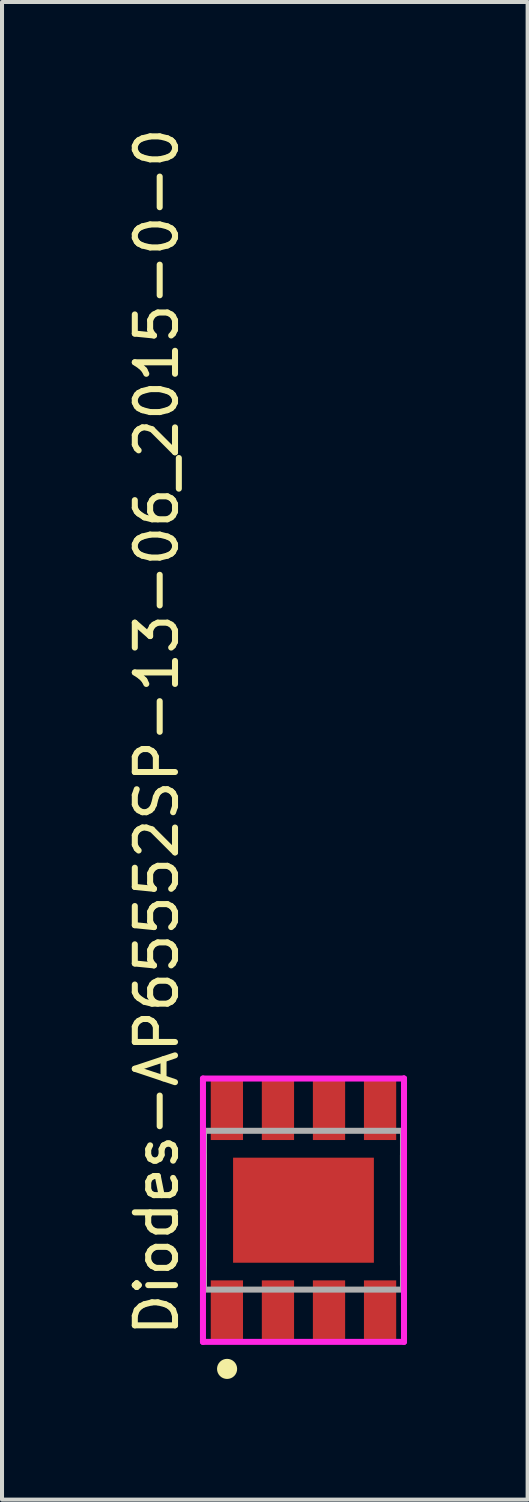
<source format=kicad_pcb>
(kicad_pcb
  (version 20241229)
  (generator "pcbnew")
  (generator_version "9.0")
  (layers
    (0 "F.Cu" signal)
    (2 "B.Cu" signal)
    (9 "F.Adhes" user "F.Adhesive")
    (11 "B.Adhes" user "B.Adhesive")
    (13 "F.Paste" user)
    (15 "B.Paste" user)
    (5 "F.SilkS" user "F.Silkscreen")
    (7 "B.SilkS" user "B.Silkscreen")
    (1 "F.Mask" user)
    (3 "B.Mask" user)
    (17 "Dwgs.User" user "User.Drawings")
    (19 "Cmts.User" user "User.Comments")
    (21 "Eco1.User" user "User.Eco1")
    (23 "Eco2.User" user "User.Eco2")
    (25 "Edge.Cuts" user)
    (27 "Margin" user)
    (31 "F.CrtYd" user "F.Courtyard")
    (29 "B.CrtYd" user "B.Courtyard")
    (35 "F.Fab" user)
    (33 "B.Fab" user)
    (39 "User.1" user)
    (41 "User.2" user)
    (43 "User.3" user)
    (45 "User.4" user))
  (footprint "Diodes-AP65552SP-13-06_2015-0-0"
    (layer "F.Cu")
    (at 4.498 27.05)
    (property "Reference" "Diodes-AP65552SP-13-06_2015-0-0" (at -3.65 3.2 270) (layer "F.SilkS") (effects (font (size 1 1) (thickness 0.15)) (justify left)))
    (attr through_hole)
    (fp_line (start -2.475 1.37) (end -2.475 -1.37) (stroke (width 0.15) (type solid)) (layer "F.SilkS"))
    (fp_line (start 2.475 1.37) (end 2.475 -1.37) (stroke (width 0.15) (type solid)) (layer "F.SilkS"))
    (fp_circle (center -1.9 3.947) (end -1.775 3.947) (stroke (width 0.25) (type solid)) (fill no) (layer "F.SilkS"))
    (fp_line (start -2.5 -3.275) (end -2.5 3.275) (stroke (width 0.15) (type solid)) (layer "F.CrtYd"))
    (fp_line (start -2.5 3.275) (end 2.5 3.275) (stroke (width 0.15) (type solid)) (layer "F.CrtYd"))
    (fp_line (start 2.5 -3.275) (end -2.5 -3.275) (stroke (width 0.15) (type solid)) (layer "F.CrtYd"))
    (fp_line (start 2.5 -3.275) (end 2.5 -3.275) (stroke (width 0.15) (type solid)) (layer "F.CrtYd"))
    (fp_line (start 2.5 3.275) (end 2.5 -3.275) (stroke (width 0.15) (type solid)) (layer "F.CrtYd"))
    (fp_line (start -2.475 -1.975) (end 2.475 -1.975) (stroke (width 0.15) (type solid)) (layer "F.Fab"))
    (fp_line (start -2.475 1.975) (end -2.475 -1.975) (stroke (width 0.15) (type solid)) (layer "F.Fab"))
    (fp_line (start 2.475 -1.975) (end 2.475 1.975) (stroke (width 0.15) (type solid)) (layer "F.Fab"))
    (fp_line (start 2.475 1.975) (end -2.475 1.975) (stroke (width 0.15) (type solid)) (layer "F.Fab"))
    (pad "1" smd rect (at -1.905 2.498) (size 0.802 1.505) (layers "F.Cu" "F.Mask" "F.Paste"))
    (pad "2" smd rect (at -0.635 2.498) (size 0.802 1.505) (layers "F.Cu" "F.Mask" "F.Paste"))
    (pad "3" smd rect (at 0.635 2.498) (size 0.802 1.505) (layers "F.Cu" "F.Mask" "F.Paste"))
    (pad "4" smd rect (at 1.905 2.498) (size 0.802 1.505) (layers "F.Cu" "F.Mask" "F.Paste"))
    (pad "5" smd rect (at 1.905 -2.498) (size 0.802 1.505) (layers "F.Cu" "F.Mask" "F.Paste"))
    (pad "6" smd rect (at 0.635 -2.498) (size 0.802 1.505) (layers "F.Cu" "F.Mask" "F.Paste"))
    (pad "7" smd rect (at -0.635 -2.498) (size 0.802 1.505) (layers "F.Cu" "F.Mask" "F.Paste"))
    (pad "8" smd rect (at -1.905 -2.498) (size 0.802 1.505) (layers "F.Cu" "F.Mask" "F.Paste"))
    (pad "9" smd rect (at 0 0) (size 3.502 2.613) (layers "F.Cu" "F.Mask" "F.Paste")))
  (gr_rect
    (start -3 -3)
    (end 10.073 34.248)
    (stroke (width 0.1) (type default))
    (fill no)
    (layer "Edge.Cuts")))
</source>
